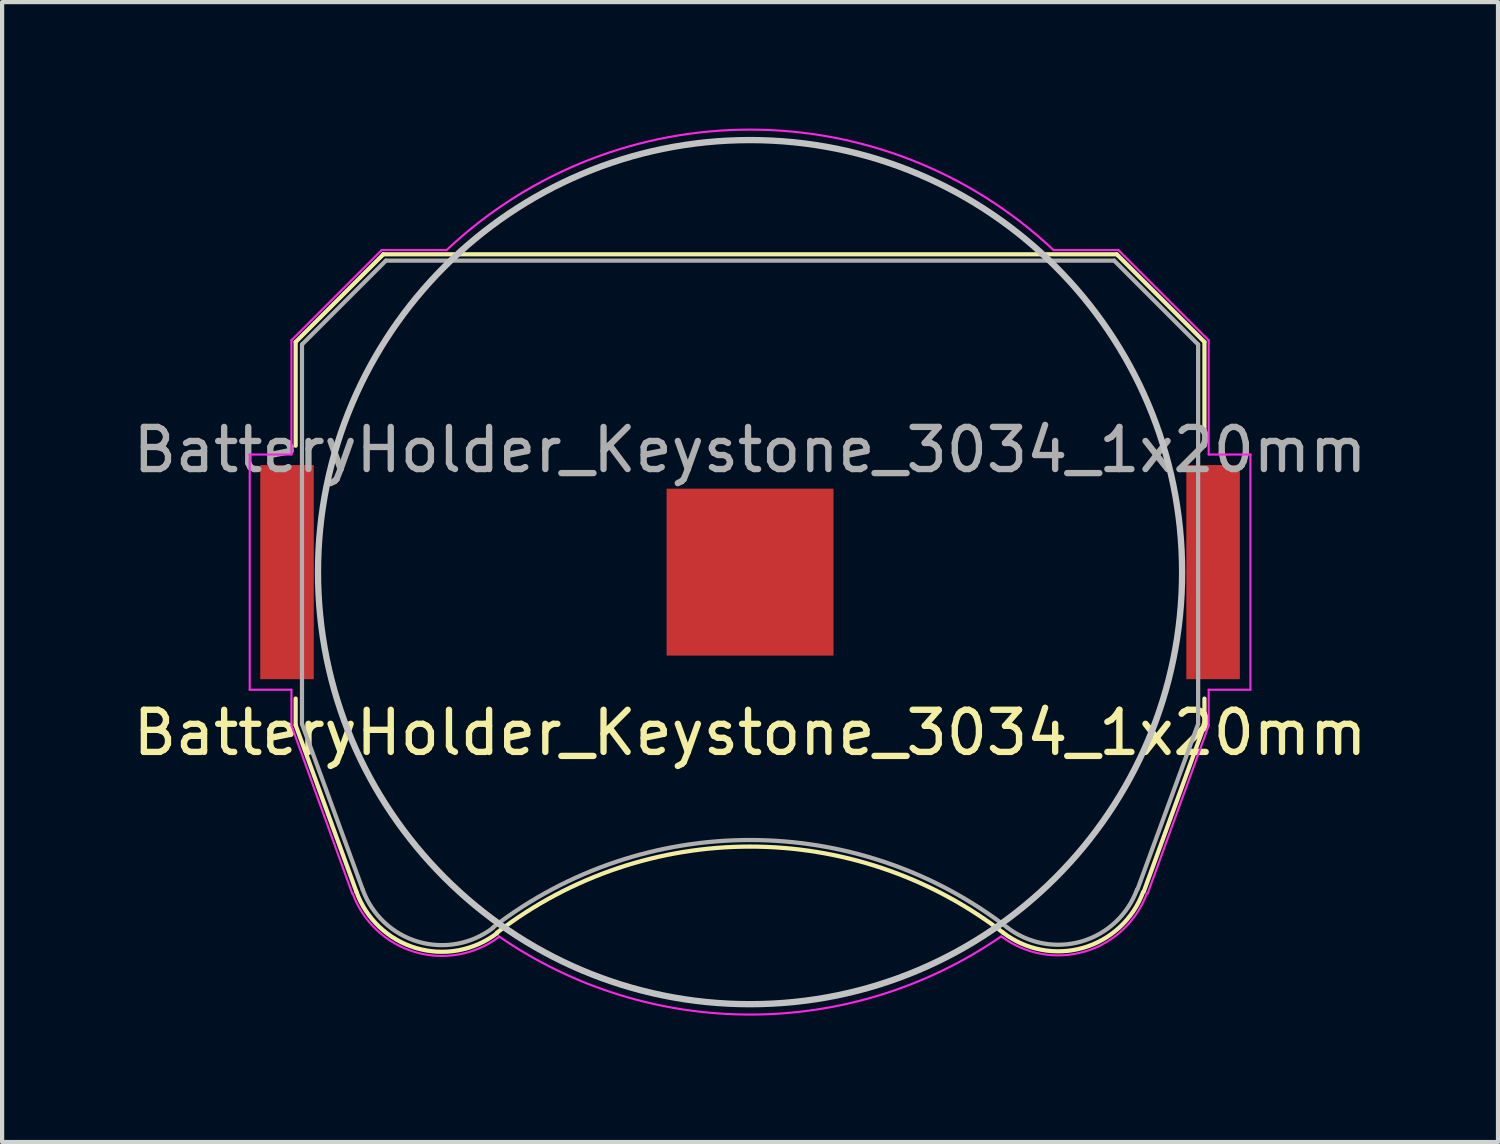
<source format=kicad_pcb>
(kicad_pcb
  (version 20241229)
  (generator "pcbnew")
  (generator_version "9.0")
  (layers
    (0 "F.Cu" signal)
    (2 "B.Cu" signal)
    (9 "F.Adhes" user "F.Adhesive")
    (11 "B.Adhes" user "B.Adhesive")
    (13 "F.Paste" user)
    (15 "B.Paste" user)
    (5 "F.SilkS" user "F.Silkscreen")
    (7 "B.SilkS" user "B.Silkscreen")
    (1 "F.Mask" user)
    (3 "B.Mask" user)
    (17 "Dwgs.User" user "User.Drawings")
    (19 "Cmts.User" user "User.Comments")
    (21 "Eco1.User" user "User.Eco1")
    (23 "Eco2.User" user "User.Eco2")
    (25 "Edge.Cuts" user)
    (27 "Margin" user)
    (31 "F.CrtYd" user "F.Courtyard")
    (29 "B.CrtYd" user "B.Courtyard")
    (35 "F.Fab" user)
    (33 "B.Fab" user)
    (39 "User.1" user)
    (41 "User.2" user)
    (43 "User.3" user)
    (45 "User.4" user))
  (footprint "BatteryHolder_Keystone_3034_1x20mm"
    (layer "F.Cu")
    (at 14.744 10.523)
    (property "Reference" "BatteryHolder_Keystone_3034_1x20mm" (at 0 3.81 0) (layer "F.SilkS") (effects (font (size 1 1) (thickness 0.15))))
    (attr smd)
    (fp_line (start -10.78 -5.46) (end -10.78 -3) (stroke (width 0.1) (type solid)) (layer "F.SilkS"))
    (fp_line (start -10.78 3) (end -10.78 3.63) (stroke (width 0.1) (type solid)) (layer "F.SilkS"))
    (fp_line (start -10.78 3.63) (end -9.34 7.58) (stroke (width 0.1) (type solid)) (layer "F.SilkS"))
    (fp_line (start -8.7 -7.54) (end -10.78 -5.46) (stroke (width 0.1) (type solid)) (layer "F.SilkS"))
    (fp_line (start 8.7 -7.54) (end -8.7 -7.54) (stroke (width 0.1) (type solid)) (layer "F.SilkS"))
    (fp_line (start 8.7 -7.54) (end 10.78 -5.46) (stroke (width 0.1) (type solid)) (layer "F.SilkS"))
    (fp_line (start 10.78 -5.46) (end 10.78 -3) (stroke (width 0.1) (type solid)) (layer "F.SilkS"))
    (fp_line (start 10.78 3) (end 10.78 3.63) (stroke (width 0.1) (type solid)) (layer "F.SilkS"))
    (fp_line (start 10.78 3.63) (end 9.34 7.58) (stroke (width 0.1) (type solid)) (layer "F.SilkS"))
    (fp_arc (start -6.0046 8.553536) (mid -0.002901 6.511341) (end 6 8.55) (stroke (width 0.1) (type solid)) (layer "F.SilkS"))
    (fp_arc (start -6.003354 8.56653) (mid -7.921654 8.918738) (end -9.34 7.58) (stroke (width 0.1) (type solid)) (layer "F.SilkS"))
    (fp_arc (start 9.325243 7.588169) (mid 7.90634 8.911668) (end 6 8.55) (stroke (width 0.1) (type solid)) (layer "F.SilkS"))
    (fp_circle (center 0 0) (end 0 10.25) (stroke (width 0.15) (type solid)) (fill no) (layer "Dwgs.User"))
    (fp_line (start -11.87 -2.79) (end -11.87 2.79) (stroke (width 0.05) (type solid)) (layer "F.CrtYd"))
    (fp_line (start -11.87 2.79) (end -10.88 2.79) (stroke (width 0.05) (type solid)) (layer "F.CrtYd"))
    (fp_line (start -10.88 -5.5) (end -10.88 -2.79) (stroke (width 0.05) (type solid)) (layer "F.CrtYd"))
    (fp_line (start -10.88 -2.79) (end -11.87 -2.79) (stroke (width 0.05) (type solid)) (layer "F.CrtYd"))
    (fp_line (start -10.88 2.79) (end -10.88 3.64) (stroke (width 0.05) (type solid)) (layer "F.CrtYd"))
    (fp_line (start -10.88 3.64) (end -9.44 7.62) (stroke (width 0.05) (type solid)) (layer "F.CrtYd"))
    (fp_line (start -8.74 -7.64) (end -10.88 -5.5) (stroke (width 0.05) (type solid)) (layer "F.CrtYd"))
    (fp_line (start -7.2 -7.64) (end -8.74 -7.64) (stroke (width 0.05) (type solid)) (layer "F.CrtYd"))
    (fp_line (start 8.74 -7.64) (end 7.2 -7.64) (stroke (width 0.05) (type solid)) (layer "F.CrtYd"))
    (fp_line (start 9.43 7.63) (end 10.88 3.64) (stroke (width 0.05) (type solid)) (layer "F.CrtYd"))
    (fp_line (start 10.88 -5.5) (end 8.74 -7.64) (stroke (width 0.05) (type solid)) (layer "F.CrtYd"))
    (fp_line (start 10.88 -2.79) (end 10.88 -5.5) (stroke (width 0.05) (type solid)) (layer "F.CrtYd"))
    (fp_line (start 10.88 2.79) (end 11.87 2.79) (stroke (width 0.05) (type solid)) (layer "F.CrtYd"))
    (fp_line (start 10.88 3.64) (end 10.88 2.79) (stroke (width 0.05) (type solid)) (layer "F.CrtYd"))
    (fp_line (start 11.87 -2.79) (end 10.88 -2.79) (stroke (width 0.05) (type solid)) (layer "F.CrtYd"))
    (fp_line (start 11.87 2.79) (end 11.87 -2.79) (stroke (width 0.05) (type solid)) (layer "F.CrtYd"))
    (fp_arc (start -7.199546 -7.640427) (mid 0.000312 -10.498075) (end 7.2 -7.64) (stroke (width 0.05) (type solid)) (layer "F.CrtYd"))
    (fp_arc (start -5.956965 8.654604) (mid -7.953941 9.011629) (end -9.43 7.62) (stroke (width 0.05) (type solid)) (layer "F.CrtYd"))
    (fp_arc (start 5.945368 8.650075) (mid -0.008883 10.496243) (end -5.96 8.64) (stroke (width 0.05) (type solid)) (layer "F.CrtYd"))
    (fp_arc (start 9.415144 7.621341) (mid 7.944017 9.000493) (end 5.96 8.64) (stroke (width 0.05) (type solid)) (layer "F.CrtYd"))
    (fp_line (start -10.63 -5.4) (end -8.64 -7.39) (stroke (width 0.1) (type solid)) (layer "F.Fab"))
    (fp_line (start -10.63 3.6) (end -10.63 -5.4) (stroke (width 0.1) (type solid)) (layer "F.Fab"))
    (fp_line (start -9.19 7.53) (end -10.63 3.6) (stroke (width 0.1) (type solid)) (layer "F.Fab"))
    (fp_line (start -8.64 -7.39) (end 8.64 -7.39) (stroke (width 0.1) (type solid)) (layer "F.Fab"))
    (fp_line (start 8.64 -7.39) (end 10.63 -5.4) (stroke (width 0.1) (type solid)) (layer "F.Fab"))
    (fp_line (start 10.63 -5.4) (end 10.63 3.6) (stroke (width 0.1) (type solid)) (layer "F.Fab"))
    (fp_line (start 10.63 3.6) (end 9.19 7.53) (stroke (width 0.1) (type solid)) (layer "F.Fab"))
    (fp_arc (start -6.096146 8.438508) (mid -7.87328 8.768206) (end -9.19 7.53) (stroke (width 0.1) (type solid)) (layer "F.Fab"))
    (fp_arc (start -6.094852 8.426043) (mid 0.003247 6.355257) (end 6.1 8.43) (stroke (width 0.1) (type solid)) (layer "F.Fab"))
    (fp_arc (start 9.180727 7.528882) (mid 7.868698 8.760067) (end 6.1 8.43) (stroke (width 0.1) (type solid)) (layer "F.Fab"))
    (fp_text user "${REFERENCE}" (at 0 -2.9 0) (layer "F.Fab") (effects (font (size 1 1) (thickness 0.15))))
    (pad "1" smd rect (at -10.985 0) (size 1.27 5.08) (layers "F.Cu" "F.Mask" "F.Paste"))
    (pad "1" smd rect (at 10.985 0) (size 1.27 5.08) (layers "F.Cu" "F.Mask" "F.Paste"))
    (pad "2" smd rect (at 0 0) (size 3.96 3.96) (layers "F.Cu" "F.Mask" "F.Paste")))
  (gr_rect
    (start -3 -3)
    (end 32.488 24.044)
    (stroke (width 0.1) (type default))
    (fill no)
    (layer "Edge.Cuts")))
</source>
